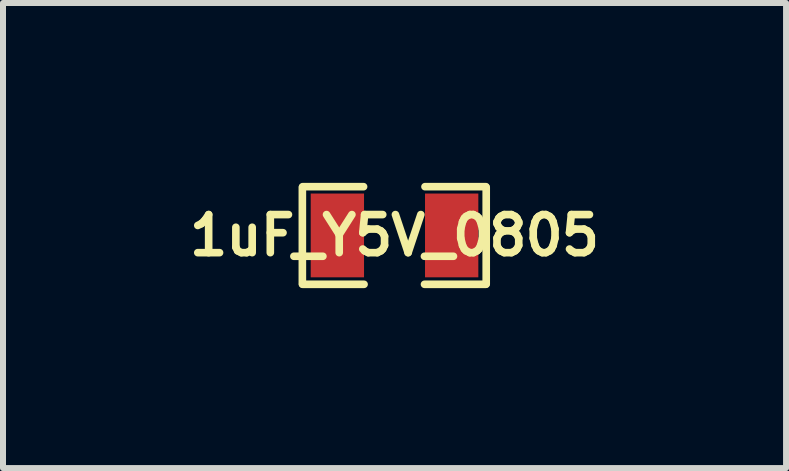
<source format=kicad_pcb>
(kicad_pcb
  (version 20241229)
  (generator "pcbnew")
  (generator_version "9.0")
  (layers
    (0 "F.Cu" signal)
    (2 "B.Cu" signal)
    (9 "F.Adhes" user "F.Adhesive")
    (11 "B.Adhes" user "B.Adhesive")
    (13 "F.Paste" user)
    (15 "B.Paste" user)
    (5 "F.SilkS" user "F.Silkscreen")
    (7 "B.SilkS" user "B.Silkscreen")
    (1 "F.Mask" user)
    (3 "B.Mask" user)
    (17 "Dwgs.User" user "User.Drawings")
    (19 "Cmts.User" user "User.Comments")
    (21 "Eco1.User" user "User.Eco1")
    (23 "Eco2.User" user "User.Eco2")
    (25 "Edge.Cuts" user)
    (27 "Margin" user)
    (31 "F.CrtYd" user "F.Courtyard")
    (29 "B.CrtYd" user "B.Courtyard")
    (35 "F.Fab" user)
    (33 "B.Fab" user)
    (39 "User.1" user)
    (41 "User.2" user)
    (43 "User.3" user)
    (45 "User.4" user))
  (footprint "1uF_Y5V_0805"
    (layer "F.Cu")
    (at 3.529 0.876)
    (property "Reference" "1uF_Y5V_0805" (at 0 0 0) (layer "F.SilkS") (effects (font (size 0.635 0.635) (thickness 0.127))))
    (attr smd)
    (fp_line (start -1.537 0.81) (end -1.537 -0.8) (stroke (width 0.127) (type solid)) (layer "F.SilkS"))
    (fp_line (start -1.532 0.815) (end -0.508 0.815) (stroke (width 0.127) (type solid)) (layer "F.SilkS"))
    (fp_line (start -0.516 -0.813) (end -1.532 -0.813) (stroke (width 0.127) (type solid)) (layer "F.SilkS"))
    (fp_line (start 0.508 -0.813) (end 1.524 -0.813) (stroke (width 0.127) (type solid)) (layer "F.SilkS"))
    (fp_line (start 1.524 0.815) (end 0.5 0.815) (stroke (width 0.127) (type solid)) (layer "F.SilkS"))
    (fp_line (start 1.529 0.81) (end 1.529 -0.8) (stroke (width 0.127) (type solid)) (layer "F.SilkS"))
    (pad "1" smd rect (at -0.953 0) (size 0.889 1.397) (layers "F.Cu" "F.Mask" "F.Paste"))
    (pad "2" smd rect (at 0.953 0) (size 0.889 1.397) (layers "F.Cu" "F.Mask" "F.Paste")))
  (gr_rect
    (start -3 -3)
    (end 10.058 4.755)
    (stroke (width 0.1) (type default))
    (fill no)
    (layer "Edge.Cuts")))
</source>
